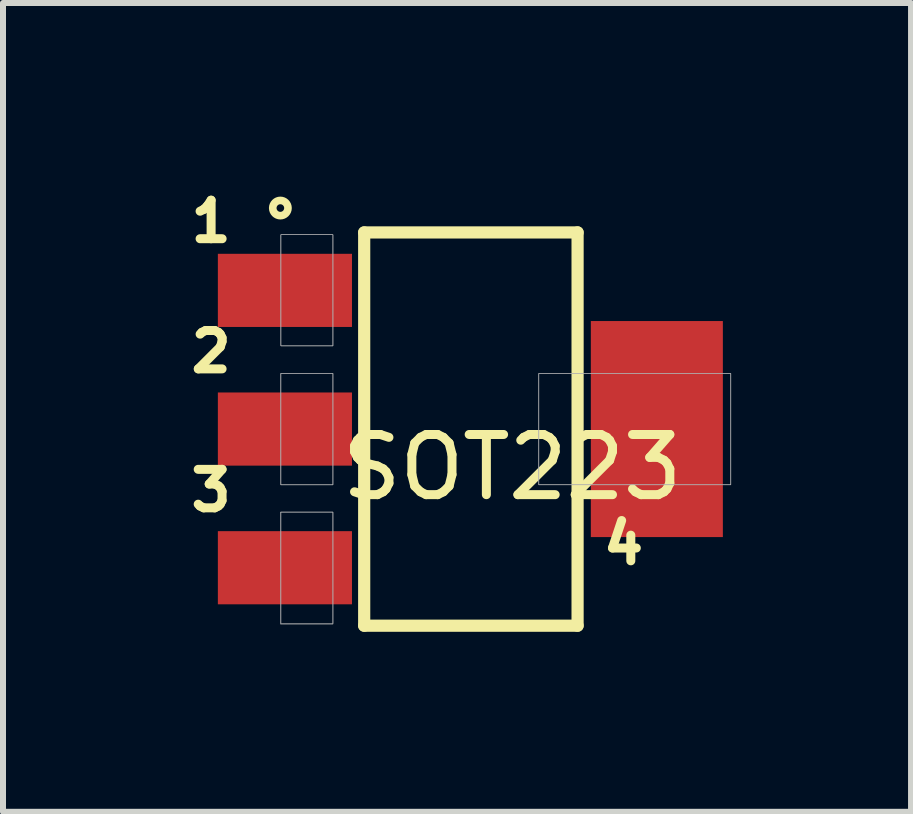
<source format=kicad_pcb>
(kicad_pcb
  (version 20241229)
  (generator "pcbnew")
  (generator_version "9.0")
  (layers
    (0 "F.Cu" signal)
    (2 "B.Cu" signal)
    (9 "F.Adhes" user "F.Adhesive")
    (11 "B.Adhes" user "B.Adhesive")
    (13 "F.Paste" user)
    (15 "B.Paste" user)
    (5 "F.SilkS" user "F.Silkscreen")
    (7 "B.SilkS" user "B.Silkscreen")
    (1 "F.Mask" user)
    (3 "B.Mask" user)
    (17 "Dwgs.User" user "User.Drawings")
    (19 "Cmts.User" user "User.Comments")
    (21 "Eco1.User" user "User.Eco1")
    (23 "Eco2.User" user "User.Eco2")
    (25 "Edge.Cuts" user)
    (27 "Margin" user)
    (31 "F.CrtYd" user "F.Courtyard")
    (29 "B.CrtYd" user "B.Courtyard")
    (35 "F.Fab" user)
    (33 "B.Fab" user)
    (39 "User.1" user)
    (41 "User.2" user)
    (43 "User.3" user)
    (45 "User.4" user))
  (footprint "SOT223"
    (layer "F.Cu")
    (at 4.797 4.1)
    (property "Reference" "SOT223" (at 0.688 0.637 180) (layer "F.SilkS") (effects (font (size 1.003 1.003) (thickness 0.15))))
    (attr through_hole)
    (fp_line (start -1.778 -3.277) (end 1.778 -3.277) (stroke (width 0.203) (type solid)) (layer "F.SilkS"))
    (fp_line (start -1.778 3.277) (end -1.778 -3.277) (stroke (width 0.203) (type solid)) (layer "F.SilkS"))
    (fp_line (start 1.778 -3.277) (end 1.778 3.277) (stroke (width 0.203) (type solid)) (layer "F.SilkS"))
    (fp_line (start 1.778 3.277) (end -1.778 3.277) (stroke (width 0.203) (type solid)) (layer "F.SilkS"))
    (fp_circle (center -3.175 -3.683) (end -3.048 -3.683) (stroke (width 0.127) (type solid)) (fill no) (layer "F.SilkS"))
    (fp_poly (pts (xy -3.173 1.384) (xy -2.299 1.384) (xy -2.299 3.25) (xy -3.173 3.25)) (stroke (width 0.01) (type solid)) (fill no) (layer "F.Fab"))
    (fp_poly (pts (xy -3.17 -0.927) (xy -2.299 -0.927) (xy -2.299 0.929) (xy -3.17 0.929)) (stroke (width 0.01) (type solid)) (fill no) (layer "F.Fab"))
    (fp_poly (pts (xy -3.167 -3.239) (xy -2.299 -3.239) (xy -2.299 -1.387) (xy -3.167 -1.387)) (stroke (width 0.01) (type solid)) (fill no) (layer "F.Fab"))
    (fp_poly (pts (xy -3.166 -3.239) (xy -2.299 -3.239) (xy -2.299 -1.386) (xy -3.166 -1.386)) (stroke (width 0.01) (type solid)) (fill no) (layer "F.Fab"))
    (fp_poly (pts (xy -3.165 1.384) (xy -2.299 1.384) (xy -2.299 3.241) (xy -3.165 3.241)) (stroke (width 0.01) (type solid)) (fill no) (layer "F.Fab"))
    (fp_poly (pts (xy -3.165 -0.927) (xy -2.299 -0.927) (xy -2.299 0.928) (xy -3.165 0.928)) (stroke (width 0.01) (type solid)) (fill no) (layer "F.Fab"))
    (fp_poly (pts (xy 1.131 -0.927) (xy 4.331 -0.927) (xy 4.331 0.928) (xy 1.131 0.928)) (stroke (width 0.01) (type solid)) (fill no) (layer "F.Fab"))
    (fp_poly (pts (xy 1.132 -0.927) (xy 4.331 -0.927) (xy 4.331 0.928) (xy 1.132 0.928)) (stroke (width 0.01) (type solid)) (fill no) (layer "F.Fab"))
    (fp_text user "2" (at -4.329 -1.291 0) (layer "F.SilkS") (effects (font (size 0.64 0.64) (thickness 0.15))))
    (fp_text user "1" (at -4.329 -3.461 0) (layer "F.SilkS") (effects (font (size 0.642 0.642) (thickness 0.15))))
    (fp_text user "3" (at -4.33 1.024 0) (layer "F.SilkS") (effects (font (size 0.642 0.642) (thickness 0.15))))
    (fp_text user "4" (at 2.543 1.907 0) (layer "F.SilkS") (effects (font (size 0.641 0.641) (thickness 0.15))))
    (pad "1" smd rect (at -3.099 -2.311 270) (size 1.219 2.235) (layers "F.Cu" "F.Mask" "F.Paste"))
    (pad "2" smd rect (at -3.099 0 270) (size 1.219 2.235) (layers "F.Cu" "F.Mask" "F.Paste"))
    (pad "3" smd rect (at -3.099 2.311 270) (size 1.219 2.235) (layers "F.Cu" "F.Mask" "F.Paste"))
    (pad "4" smd rect (at 3.099 0 270) (size 3.6 2.2) (layers "F.Cu" "F.Mask" "F.Paste")))
  (gr_rect
    (start -3 -3)
    (end 12.132 10.478)
    (stroke (width 0.1) (type default))
    (fill no)
    (layer "Edge.Cuts")))
</source>
